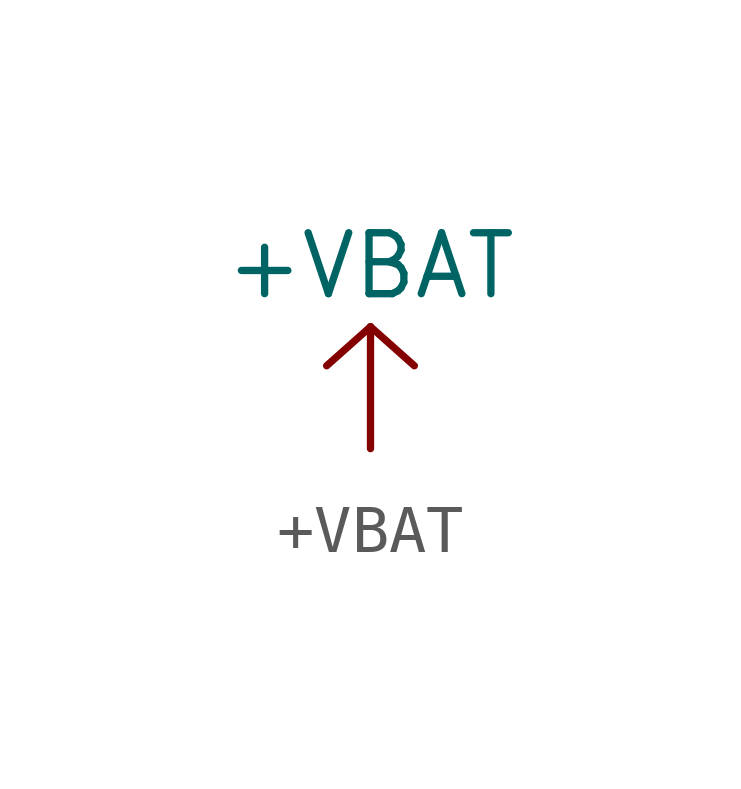
<source format=kicad_sym>
(kicad_symbol_lib
  (version 20211014)
  (generator kicad_symbol_editor)
  (symbol "+VBAT"
    (power)
    (pin_names
      (offset 0))
    (property "Reference" "#PWR"
      (at 8.407 -1.93 0)
      (effects (font (size 1.27 1.27)) hide))
    (property "Value" "+VBAT"
      (at 0 3.81 0)
      (effects (font (size 1.27 1.27))))
    (symbol "+VBAT_0_1"
      (polyline (pts (xy 0 0) (xy 0 2.54)) (stroke (width 0) (type default) (color 0 0 0 0)) (fill (type none)))
      (polyline (pts (xy 0 2.54) (xy -0.914 1.727)) (stroke (width 0) (type default) (color 0 0 0 0)) (fill (type none))))
    (symbol "+VBAT_1_1"
      (polyline (pts (xy 0 2.54) (xy 0.914 1.727)) (stroke (width 0) (type default) (color 0 0 0 0)) (fill (type none)))
      (pin power_in line (at 0 0 90) (length 0) hide (name "+VBAT" (effects (font (size 1.27 1.27)))) (number "1" (effects (font (size 1.27 1.27))))))))
</source>
